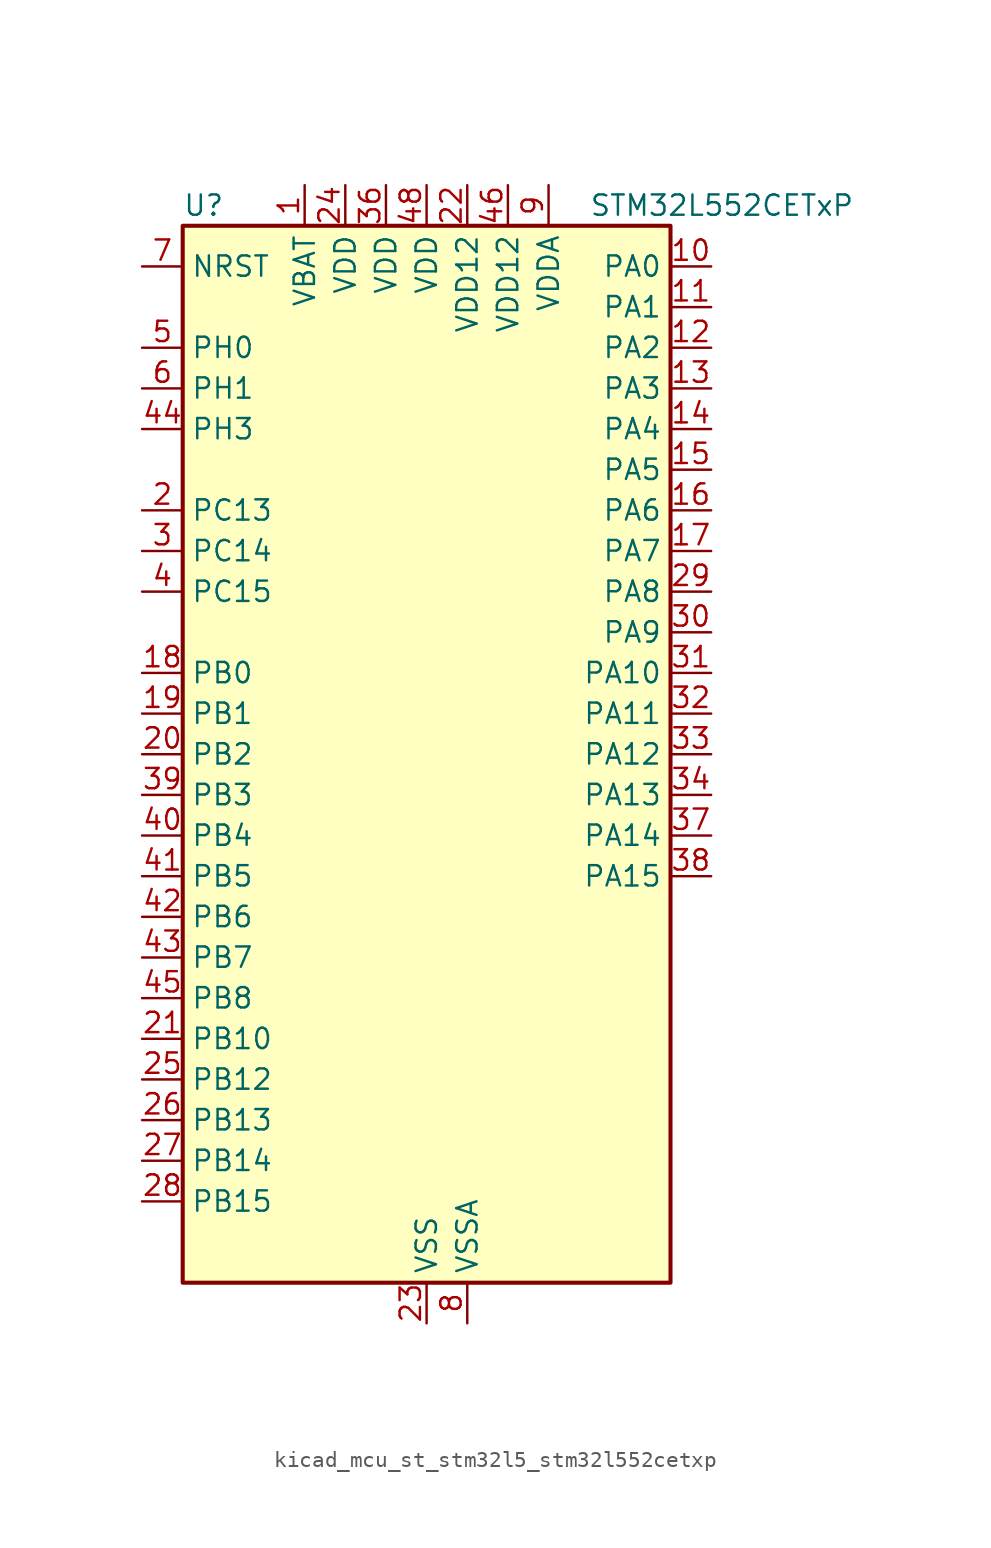
<source format=kicad_sym>
(kicad_symbol_lib
  (version 20220914)
  (generator kicad_symbol_editor)
  (symbol "kicad_mcu_st_stm32l5_stm32l552cetxp"
    (property "Reference" "U"
      (at -15.24 34.29 0)
      (effects (font (size 1.27 1.27)) (justify left)))
    (property "Value" "STM32L552CETxP"
      (at 10.16 34.29 0)
      (effects (font (size 1.27 1.27)) (justify left)))
    (property "ki_locked" ""
      (at 0 0 0)
      (effects (font (size 1.27 1.27))))
    (symbol "kicad_mcu_st_stm32l5_stm32l552cetxp_0_1"
      (rectangle (start -15.24 -33.02) (end 15.24 33.02) (stroke (width 0.254) (type default)) (fill (type background))))
    (symbol "kicad_mcu_st_stm32l5_stm32l552cetxp_1_1"
      (pin power_in line (at -7.62 35.56 270) (length 2.54) (name "VBAT" (effects (font (size 1.27 1.27)))) (number "1" (effects (font (size 1.27 1.27)))))
      (pin bidirectional line (at 17.78 30.48 180) (length 2.54) (name "PA0" (effects (font (size 1.27 1.27)))) (number "10" (effects (font (size 1.27 1.27)))) (alternate "ADC1_IN5" bidirectional line) (alternate "ADC2_IN5" bidirectional line) (alternate "OPAMP1_VINP" bidirectional line) (alternate "PWR_WKUP1" bidirectional line) (alternate "SAI1_EXTCLK" bidirectional line) (alternate "TAMP_IN2" bidirectional line) (alternate "TAMP_OUT1" bidirectional line) (alternate "TIM2_CH1" bidirectional line) (alternate "TIM2_ETR" bidirectional line) (alternate "TIM5_CH1" bidirectional line) (alternate "TIM8_ETR" bidirectional line) (alternate "UART4_TX" bidirectional line) (alternate "USART2_CTS" bidirectional line) (alternate "USART2_NSS" bidirectional line))
      (pin bidirectional line (at 17.78 27.94 180) (length 2.54) (name "PA1" (effects (font (size 1.27 1.27)))) (number "11" (effects (font (size 1.27 1.27)))) (alternate "ADC1_IN6" bidirectional line) (alternate "ADC2_IN6" bidirectional line) (alternate "I2C1_SMBA" bidirectional line) (alternate "OCTOSPI1_DQS" bidirectional line) (alternate "OPAMP1_VINM" bidirectional line) (alternate "SPI1_SCK" bidirectional line) (alternate "TAMP_IN5" bidirectional line) (alternate "TAMP_OUT4" bidirectional line) (alternate "TIM15_CH1N" bidirectional line) (alternate "TIM2_CH2" bidirectional line) (alternate "TIM5_CH2" bidirectional line) (alternate "UART4_RX" bidirectional line) (alternate "USART2_DE" bidirectional line) (alternate "USART2_RTS" bidirectional line))
      (pin bidirectional line (at 17.78 25.4 180) (length 2.54) (name "PA2" (effects (font (size 1.27 1.27)))) (number "12" (effects (font (size 1.27 1.27)))) (alternate "ADC1_IN7" bidirectional line) (alternate "ADC2_IN7" bidirectional line) (alternate "COMP1_INP" bidirectional line) (alternate "LPUART1_TX" bidirectional line) (alternate "OCTOSPI1_NCS" bidirectional line) (alternate "PWR_WKUP4" bidirectional line) (alternate "RCC_LSCO" bidirectional line) (alternate "SAI2_EXTCLK" bidirectional line) (alternate "TIM15_CH1" bidirectional line) (alternate "TIM2_CH3" bidirectional line) (alternate "TIM5_CH3" bidirectional line) (alternate "UCPD1_FRSTX1" bidirectional line) (alternate "USART2_TX" bidirectional line))
      (pin bidirectional line (at 17.78 22.86 180) (length 2.54) (name "PA3" (effects (font (size 1.27 1.27)))) (number "13" (effects (font (size 1.27 1.27)))) (alternate "ADC1_IN8" bidirectional line) (alternate "ADC2_IN8" bidirectional line) (alternate "LPUART1_RX" bidirectional line) (alternate "OCTOSPI1_CLK" bidirectional line) (alternate "OPAMP1_VOUT" bidirectional line) (alternate "SAI1_CK1" bidirectional line) (alternate "SAI1_MCLK_A" bidirectional line) (alternate "TIM15_CH2" bidirectional line) (alternate "TIM2_CH4" bidirectional line) (alternate "TIM5_CH4" bidirectional line) (alternate "USART2_RX" bidirectional line))
      (pin bidirectional line (at 17.78 20.32 180) (length 2.54) (name "PA4" (effects (font (size 1.27 1.27)))) (number "14" (effects (font (size 1.27 1.27)))) (alternate "ADC1_IN9" bidirectional line) (alternate "ADC2_IN9" bidirectional line) (alternate "DAC1_OUT1" bidirectional line) (alternate "LPTIM2_OUT" bidirectional line) (alternate "OCTOSPI1_NCS" bidirectional line) (alternate "SAI1_FS_B" bidirectional line) (alternate "SPI1_NSS" bidirectional line) (alternate "SPI3_NSS" bidirectional line) (alternate "USART2_CK" bidirectional line))
      (pin bidirectional line (at 17.78 17.78 180) (length 2.54) (name "PA5" (effects (font (size 1.27 1.27)))) (number "15" (effects (font (size 1.27 1.27)))) (alternate "ADC1_IN10" bidirectional line) (alternate "ADC2_IN10" bidirectional line) (alternate "DAC1_OUT2" bidirectional line) (alternate "LPTIM2_ETR" bidirectional line) (alternate "SPI1_SCK" bidirectional line) (alternate "TIM2_CH1" bidirectional line) (alternate "TIM2_ETR" bidirectional line) (alternate "TIM8_CH1N" bidirectional line))
      (pin bidirectional line (at 17.78 15.24 180) (length 2.54) (name "PA6" (effects (font (size 1.27 1.27)))) (number "16" (effects (font (size 1.27 1.27)))) (alternate "ADC1_IN11" bidirectional line) (alternate "ADC2_IN11" bidirectional line) (alternate "LPUART1_CTS" bidirectional line) (alternate "OCTOSPI1_IO3" bidirectional line) (alternate "OPAMP2_VINP" bidirectional line) (alternate "SPI1_MISO" bidirectional line) (alternate "TIM16_CH1" bidirectional line) (alternate "TIM1_BKIN" bidirectional line) (alternate "TIM3_CH1" bidirectional line) (alternate "TIM8_BKIN" bidirectional line) (alternate "USART3_CTS" bidirectional line) (alternate "USART3_NSS" bidirectional line))
      (pin bidirectional line (at 17.78 12.7 180) (length 2.54) (name "PA7" (effects (font (size 1.27 1.27)))) (number "17" (effects (font (size 1.27 1.27)))) (alternate "ADC1_IN12" bidirectional line) (alternate "ADC2_IN12" bidirectional line) (alternate "I2C3_SCL" bidirectional line) (alternate "OCTOSPI1_IO2" bidirectional line) (alternate "OPAMP2_VINM" bidirectional line) (alternate "SPI1_MOSI" bidirectional line) (alternate "TIM17_CH1" bidirectional line) (alternate "TIM1_CH1N" bidirectional line) (alternate "TIM3_CH2" bidirectional line) (alternate "TIM8_CH1N" bidirectional line))
      (pin bidirectional line (at -17.78 5.08 0) (length 2.54) (name "PB0" (effects (font (size 1.27 1.27)))) (number "18" (effects (font (size 1.27 1.27)))) (alternate "ADC1_IN15" bidirectional line) (alternate "ADC2_IN15" bidirectional line) (alternate "COMP1_OUT" bidirectional line) (alternate "OCTOSPI1_IO1" bidirectional line) (alternate "OPAMP2_VOUT" bidirectional line) (alternate "SAI1_EXTCLK" bidirectional line) (alternate "SPI1_NSS" bidirectional line) (alternate "TIM1_CH2N" bidirectional line) (alternate "TIM3_CH3" bidirectional line) (alternate "TIM8_CH2N" bidirectional line) (alternate "USART3_CK" bidirectional line))
      (pin bidirectional line (at -17.78 2.54 0) (length 2.54) (name "PB1" (effects (font (size 1.27 1.27)))) (number "19" (effects (font (size 1.27 1.27)))) (alternate "ADC1_IN16" bidirectional line) (alternate "ADC2_IN16" bidirectional line) (alternate "COMP1_INM" bidirectional line) (alternate "DFSDM1_DATIN0" bidirectional line) (alternate "LPTIM2_IN1" bidirectional line) (alternate "LPUART1_DE" bidirectional line) (alternate "LPUART1_RTS" bidirectional line) (alternate "OCTOSPI1_IO0" bidirectional line) (alternate "TIM1_CH3N" bidirectional line) (alternate "TIM3_CH4" bidirectional line) (alternate "TIM8_CH3N" bidirectional line) (alternate "USART3_DE" bidirectional line) (alternate "USART3_RTS" bidirectional line))
      (pin bidirectional line (at -17.78 15.24 0) (length 2.54) (name "PC13" (effects (font (size 1.27 1.27)))) (number "2" (effects (font (size 1.27 1.27)))) (alternate "PWR_WKUP2" bidirectional line) (alternate "RTC_OUT1" bidirectional line) (alternate "RTC_TS" bidirectional line) (alternate "TAMP_IN1" bidirectional line) (alternate "TAMP_OUT2" bidirectional line))
      (pin bidirectional line (at -17.78 0 0) (length 2.54) (name "PB2" (effects (font (size 1.27 1.27)))) (number "20" (effects (font (size 1.27 1.27)))) (alternate "COMP1_INP" bidirectional line) (alternate "DFSDM1_CKIN0" bidirectional line) (alternate "I2C3_SMBA" bidirectional line) (alternate "LPTIM1_OUT" bidirectional line) (alternate "OCTOSPI1_DQS" bidirectional line) (alternate "RTC_OUT2" bidirectional line) (alternate "UCPD1_FRSTX1" bidirectional line))
      (pin bidirectional line (at -17.78 -17.78 0) (length 2.54) (name "PB10" (effects (font (size 1.27 1.27)))) (number "21" (effects (font (size 1.27 1.27)))) (alternate "COMP1_OUT" bidirectional line) (alternate "I2C2_SCL" bidirectional line) (alternate "I2C4_SCL" bidirectional line) (alternate "LPTIM3_OUT" bidirectional line) (alternate "LPUART1_RX" bidirectional line) (alternate "OCTOSPI1_CLK" bidirectional line) (alternate "SAI1_SCK_A" bidirectional line) (alternate "SPI2_SCK" bidirectional line) (alternate "TIM2_CH3" bidirectional line) (alternate "TSC_SYNC" bidirectional line) (alternate "USART3_TX" bidirectional line))
      (pin power_in line (at 2.54 35.56 270) (length 2.54) (name "VDD12" (effects (font (size 1.27 1.27)))) (number "22" (effects (font (size 1.27 1.27)))))
      (pin power_in line (at 0 -35.56 90) (length 2.54) (name "VSS" (effects (font (size 1.27 1.27)))) (number "23" (effects (font (size 1.27 1.27)))))
      (pin power_in line (at -5.08 35.56 270) (length 2.54) (name "VDD" (effects (font (size 1.27 1.27)))) (number "24" (effects (font (size 1.27 1.27)))))
      (pin bidirectional line (at -17.78 -20.32 0) (length 2.54) (name "PB12" (effects (font (size 1.27 1.27)))) (number "25" (effects (font (size 1.27 1.27)))) (alternate "DFSDM1_DATIN1" bidirectional line) (alternate "I2C2_SMBA" bidirectional line) (alternate "LPUART1_DE" bidirectional line) (alternate "LPUART1_RTS" bidirectional line) (alternate "OCTOSPI1_NCLK" bidirectional line) (alternate "SAI2_FS_A" bidirectional line) (alternate "SPI2_NSS" bidirectional line) (alternate "TIM15_BKIN" bidirectional line) (alternate "TIM1_BKIN" bidirectional line) (alternate "TSC_G1_IO1" bidirectional line) (alternate "USART3_CK" bidirectional line))
      (pin bidirectional line (at -17.78 -22.86 0) (length 2.54) (name "PB13" (effects (font (size 1.27 1.27)))) (number "26" (effects (font (size 1.27 1.27)))) (alternate "DFSDM1_CKIN1" bidirectional line) (alternate "I2C2_SCL" bidirectional line) (alternate "LPTIM3_IN1" bidirectional line) (alternate "LPUART1_CTS" bidirectional line) (alternate "SAI2_SCK_A" bidirectional line) (alternate "SPI2_SCK" bidirectional line) (alternate "TIM15_CH1N" bidirectional line) (alternate "TIM1_CH1N" bidirectional line) (alternate "TSC_G1_IO2" bidirectional line) (alternate "UCPD1_FRSTX2" bidirectional line) (alternate "USART3_CTS" bidirectional line) (alternate "USART3_NSS" bidirectional line))
      (pin bidirectional line (at -17.78 -25.4 0) (length 2.54) (name "PB14" (effects (font (size 1.27 1.27)))) (number "27" (effects (font (size 1.27 1.27)))) (alternate "DFSDM1_DATIN2" bidirectional line) (alternate "I2C2_SDA" bidirectional line) (alternate "LPTIM3_ETR" bidirectional line) (alternate "SAI2_MCLK_A" bidirectional line) (alternate "SPI2_MISO" bidirectional line) (alternate "TIM15_CH1" bidirectional line) (alternate "TIM1_CH2N" bidirectional line) (alternate "TIM8_CH2N" bidirectional line) (alternate "TSC_G1_IO3" bidirectional line) (alternate "UCPD1_DBCC2" bidirectional line) (alternate "USART3_DE" bidirectional line) (alternate "USART3_RTS" bidirectional line))
      (pin bidirectional line (at -17.78 -27.94 0) (length 2.54) (name "PB15" (effects (font (size 1.27 1.27)))) (number "28" (effects (font (size 1.27 1.27)))) (alternate "ADC1_EXTI15" bidirectional line) (alternate "ADC2_EXTI15" bidirectional line) (alternate "DFSDM1_CKIN2" bidirectional line) (alternate "RTC_REFIN" bidirectional line) (alternate "SAI2_SD_A" bidirectional line) (alternate "SPI2_MOSI" bidirectional line) (alternate "TIM15_CH2" bidirectional line) (alternate "TIM1_CH3N" bidirectional line) (alternate "TIM8_CH3N" bidirectional line) (alternate "UCPD1_CC2" bidirectional line))
      (pin bidirectional line (at 17.78 10.16 180) (length 2.54) (name "PA8" (effects (font (size 1.27 1.27)))) (number "29" (effects (font (size 1.27 1.27)))) (alternate "LPTIM2_OUT" bidirectional line) (alternate "RCC_MCO" bidirectional line) (alternate "SAI1_CK2" bidirectional line) (alternate "SAI1_SCK_A" bidirectional line) (alternate "TIM1_CH1" bidirectional line) (alternate "USART1_CK" bidirectional line))
      (pin bidirectional line (at -17.78 12.7 0) (length 2.54) (name "PC14" (effects (font (size 1.27 1.27)))) (number "3" (effects (font (size 1.27 1.27)))) (alternate "RCC_OSC32_IN" bidirectional line))
      (pin bidirectional line (at 17.78 7.62 180) (length 2.54) (name "PA9" (effects (font (size 1.27 1.27)))) (number "30" (effects (font (size 1.27 1.27)))) (alternate "DAC1_EXTI9" bidirectional line) (alternate "SAI1_FS_A" bidirectional line) (alternate "SPI2_SCK" bidirectional line) (alternate "TIM15_BKIN" bidirectional line) (alternate "TIM1_CH2" bidirectional line) (alternate "USART1_TX" bidirectional line))
      (pin bidirectional line (at 17.78 5.08 180) (length 2.54) (name "PA10" (effects (font (size 1.27 1.27)))) (number "31" (effects (font (size 1.27 1.27)))) (alternate "CRS_SYNC" bidirectional line) (alternate "SAI1_D1" bidirectional line) (alternate "SAI1_SD_A" bidirectional line) (alternate "TIM17_BKIN" bidirectional line) (alternate "TIM1_CH3" bidirectional line) (alternate "USART1_RX" bidirectional line))
      (pin bidirectional line (at 17.78 2.54 180) (length 2.54) (name "PA11" (effects (font (size 1.27 1.27)))) (number "32" (effects (font (size 1.27 1.27)))) (alternate "ADC1_EXTI11" bidirectional line) (alternate "ADC2_EXTI11" bidirectional line) (alternate "FDCAN1_RX" bidirectional line) (alternate "SPI1_MISO" bidirectional line) (alternate "TIM1_BKIN2" bidirectional line) (alternate "TIM1_CH4" bidirectional line) (alternate "USART1_CTS" bidirectional line) (alternate "USART1_NSS" bidirectional line) (alternate "USB_DM" bidirectional line))
      (pin bidirectional line (at 17.78 0 180) (length 2.54) (name "PA12" (effects (font (size 1.27 1.27)))) (number "33" (effects (font (size 1.27 1.27)))) (alternate "FDCAN1_TX" bidirectional line) (alternate "SPI1_MOSI" bidirectional line) (alternate "TIM1_ETR" bidirectional line) (alternate "USART1_DE" bidirectional line) (alternate "USART1_RTS" bidirectional line) (alternate "USB_DP" bidirectional line))
      (pin bidirectional line (at 17.78 -2.54 180) (length 2.54) (name "PA13" (effects (font (size 1.27 1.27)))) (number "34" (effects (font (size 1.27 1.27)))) (alternate "DEBUG_JTMS-SWDIO" bidirectional line) (alternate "IR_OUT" bidirectional line) (alternate "SAI1_SD_B" bidirectional line) (alternate "USB_NOE" bidirectional line))
      (pin passive line (at 0 -35.56 90) (length 2.54) hide (name "VSS" (effects (font (size 1.27 1.27)))) (number "35" (effects (font (size 1.27 1.27)))))
      (pin power_in line (at -2.54 35.56 270) (length 2.54) (name "VDD" (effects (font (size 1.27 1.27)))) (number "36" (effects (font (size 1.27 1.27)))))
      (pin bidirectional line (at 17.78 -5.08 180) (length 2.54) (name "PA14" (effects (font (size 1.27 1.27)))) (number "37" (effects (font (size 1.27 1.27)))) (alternate "DEBUG_JTCK-SWCLK" bidirectional line) (alternate "I2C1_SMBA" bidirectional line) (alternate "I2C4_SMBA" bidirectional line) (alternate "LPTIM1_OUT" bidirectional line) (alternate "SAI1_FS_B" bidirectional line))
      (pin bidirectional line (at 17.78 -7.62 180) (length 2.54) (name "PA15" (effects (font (size 1.27 1.27)))) (number "38" (effects (font (size 1.27 1.27)))) (alternate "ADC1_EXTI15" bidirectional line) (alternate "ADC2_EXTI15" bidirectional line) (alternate "DEBUG_JTDI" bidirectional line) (alternate "SAI2_FS_B" bidirectional line) (alternate "SPI1_NSS" bidirectional line) (alternate "SPI3_NSS" bidirectional line) (alternate "TIM2_CH1" bidirectional line) (alternate "TIM2_ETR" bidirectional line) (alternate "UART4_DE" bidirectional line) (alternate "UART4_RTS" bidirectional line) (alternate "UCPD1_CC1" bidirectional line) (alternate "USART2_RX" bidirectional line) (alternate "USART3_DE" bidirectional line) (alternate "USART3_RTS" bidirectional line))
      (pin bidirectional line (at -17.78 -2.54 0) (length 2.54) (name "PB3" (effects (font (size 1.27 1.27)))) (number "39" (effects (font (size 1.27 1.27)))) (alternate "COMP2_INM" bidirectional line) (alternate "CRS_SYNC" bidirectional line) (alternate "DEBUG_JTDO-SWO" bidirectional line) (alternate "SAI1_SCK_B" bidirectional line) (alternate "SPI1_SCK" bidirectional line) (alternate "SPI3_SCK" bidirectional line) (alternate "TIM2_CH2" bidirectional line) (alternate "USART1_DE" bidirectional line) (alternate "USART1_RTS" bidirectional line))
      (pin bidirectional line (at -17.78 10.16 0) (length 2.54) (name "PC15" (effects (font (size 1.27 1.27)))) (number "4" (effects (font (size 1.27 1.27)))) (alternate "ADC1_EXTI15" bidirectional line) (alternate "ADC2_EXTI15" bidirectional line) (alternate "RCC_OSC32_OUT" bidirectional line))
      (pin bidirectional line (at -17.78 -5.08 0) (length 2.54) (name "PB4" (effects (font (size 1.27 1.27)))) (number "40" (effects (font (size 1.27 1.27)))) (alternate "COMP2_INP" bidirectional line) (alternate "DEBUG_JTRST" bidirectional line) (alternate "I2C3_SDA" bidirectional line) (alternate "SAI1_MCLK_B" bidirectional line) (alternate "SPI1_MISO" bidirectional line) (alternate "SPI3_MISO" bidirectional line) (alternate "TIM17_BKIN" bidirectional line) (alternate "TIM3_CH1" bidirectional line) (alternate "TSC_G2_IO1" bidirectional line) (alternate "USART1_CTS" bidirectional line) (alternate "USART1_NSS" bidirectional line))
      (pin bidirectional line (at -17.78 -7.62 0) (length 2.54) (name "PB5" (effects (font (size 1.27 1.27)))) (number "41" (effects (font (size 1.27 1.27)))) (alternate "COMP2_OUT" bidirectional line) (alternate "I2C1_SMBA" bidirectional line) (alternate "LPTIM1_IN1" bidirectional line) (alternate "OCTOSPI1_NCLK" bidirectional line) (alternate "SAI1_SD_B" bidirectional line) (alternate "SPI1_MOSI" bidirectional line) (alternate "SPI3_MOSI" bidirectional line) (alternate "TIM16_BKIN" bidirectional line) (alternate "TIM3_CH2" bidirectional line) (alternate "TSC_G2_IO2" bidirectional line) (alternate "UCPD1_DBCC1" bidirectional line) (alternate "USART1_CK" bidirectional line))
      (pin bidirectional line (at -17.78 -10.16 0) (length 2.54) (name "PB6" (effects (font (size 1.27 1.27)))) (number "42" (effects (font (size 1.27 1.27)))) (alternate "COMP2_INP" bidirectional line) (alternate "I2C1_SCL" bidirectional line) (alternate "I2C4_SCL" bidirectional line) (alternate "LPTIM1_ETR" bidirectional line) (alternate "SAI1_FS_B" bidirectional line) (alternate "TIM16_CH1N" bidirectional line) (alternate "TIM4_CH1" bidirectional line) (alternate "TIM8_BKIN2" bidirectional line) (alternate "TSC_G2_IO3" bidirectional line) (alternate "USART1_TX" bidirectional line))
      (pin bidirectional line (at -17.78 -12.7 0) (length 2.54) (name "PB7" (effects (font (size 1.27 1.27)))) (number "43" (effects (font (size 1.27 1.27)))) (alternate "COMP2_INM" bidirectional line) (alternate "I2C1_SDA" bidirectional line) (alternate "I2C4_SDA" bidirectional line) (alternate "LPTIM1_IN2" bidirectional line) (alternate "PWR_PVD_IN" bidirectional line) (alternate "TIM17_CH1N" bidirectional line) (alternate "TIM4_CH2" bidirectional line) (alternate "TIM8_BKIN" bidirectional line) (alternate "TSC_G2_IO4" bidirectional line) (alternate "UART4_CTS" bidirectional line) (alternate "USART1_RX" bidirectional line))
      (pin bidirectional line (at -17.78 20.32 0) (length 2.54) (name "PH3" (effects (font (size 1.27 1.27)))) (number "44" (effects (font (size 1.27 1.27)))))
      (pin bidirectional line (at -17.78 -15.24 0) (length 2.54) (name "PB8" (effects (font (size 1.27 1.27)))) (number "45" (effects (font (size 1.27 1.27)))) (alternate "DFSDM1_CKOUT" bidirectional line) (alternate "FDCAN1_RX" bidirectional line) (alternate "I2C1_SCL" bidirectional line) (alternate "SAI1_CK1" bidirectional line) (alternate "SAI1_MCLK_A" bidirectional line) (alternate "TIM16_CH1" bidirectional line) (alternate "TIM4_CH3" bidirectional line))
      (pin power_in line (at 5.08 35.56 270) (length 2.54) (name "VDD12" (effects (font (size 1.27 1.27)))) (number "46" (effects (font (size 1.27 1.27)))))
      (pin passive line (at 0 -35.56 90) (length 2.54) hide (name "VSS" (effects (font (size 1.27 1.27)))) (number "47" (effects (font (size 1.27 1.27)))))
      (pin power_in line (at 0 35.56 270) (length 2.54) (name "VDD" (effects (font (size 1.27 1.27)))) (number "48" (effects (font (size 1.27 1.27)))))
      (pin bidirectional line (at -17.78 25.4 0) (length 2.54) (name "PH0" (effects (font (size 1.27 1.27)))) (number "5" (effects (font (size 1.27 1.27)))) (alternate "RCC_OSC_IN" bidirectional line))
      (pin bidirectional line (at -17.78 22.86 0) (length 2.54) (name "PH1" (effects (font (size 1.27 1.27)))) (number "6" (effects (font (size 1.27 1.27)))) (alternate "RCC_OSC_OUT" bidirectional line))
      (pin input line (at -17.78 30.48 0) (length 2.54) (name "NRST" (effects (font (size 1.27 1.27)))) (number "7" (effects (font (size 1.27 1.27)))))
      (pin power_in line (at 2.54 -35.56 90) (length 2.54) (name "VSSA" (effects (font (size 1.27 1.27)))) (number "8" (effects (font (size 1.27 1.27)))))
      (pin power_in line (at 7.62 35.56 270) (length 2.54) (name "VDDA" (effects (font (size 1.27 1.27)))) (number "9" (effects (font (size 1.27 1.27))))))))
</source>
